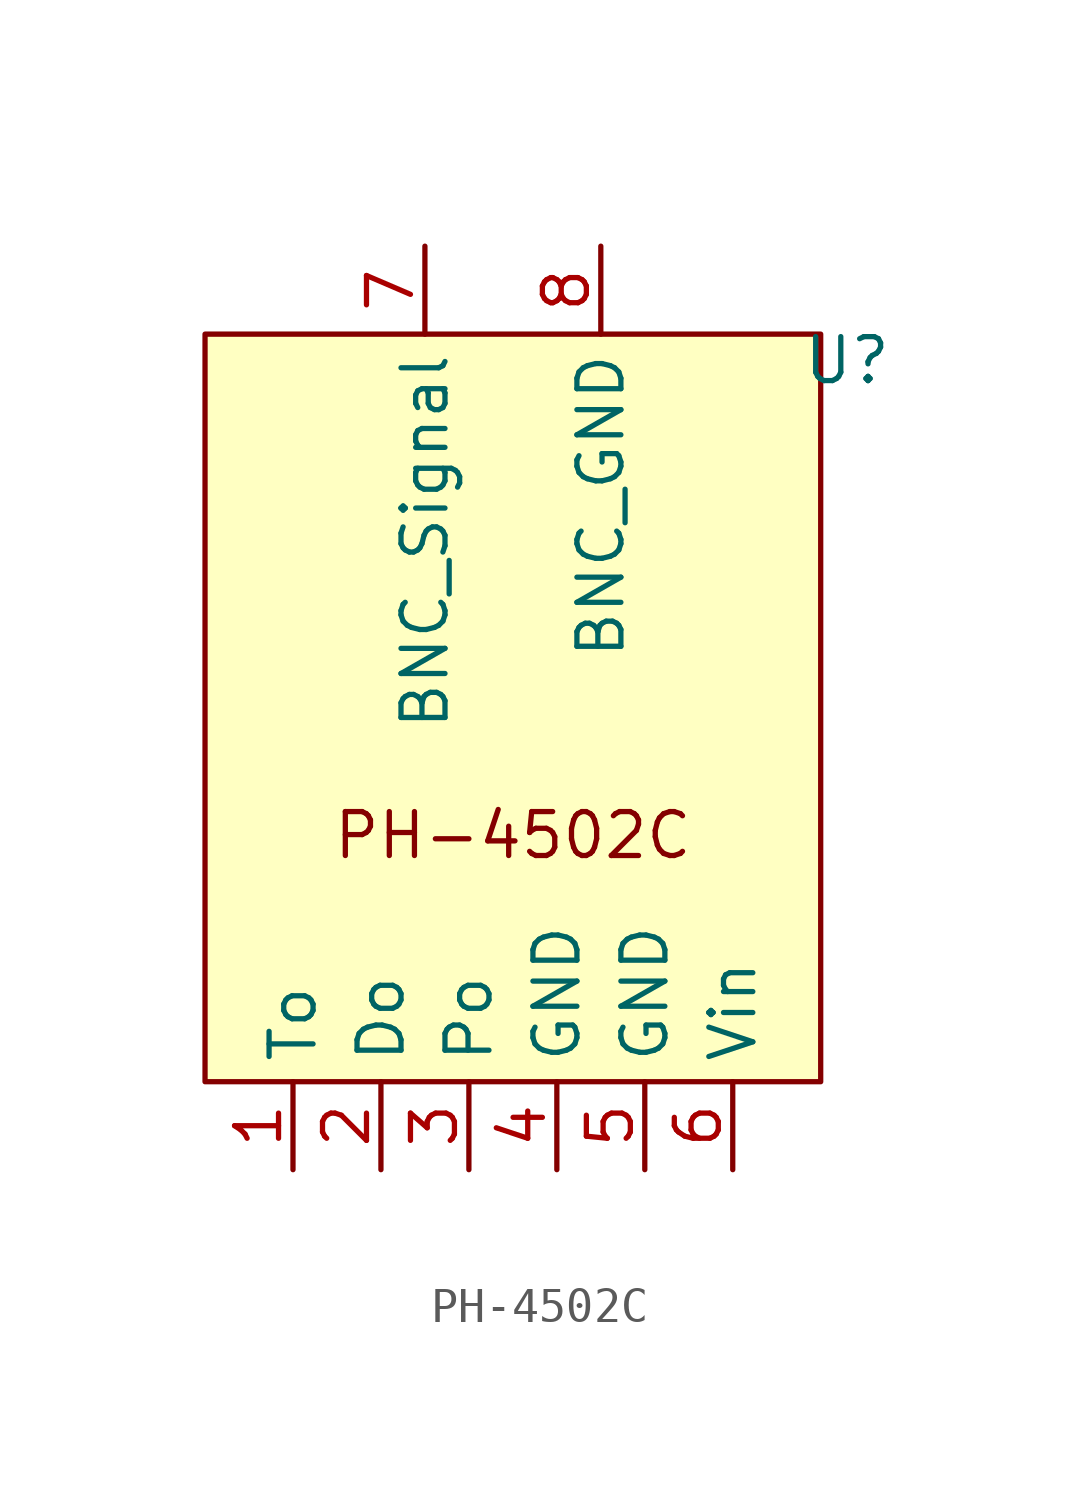
<source format=kicad_sym>
(kicad_symbol_lib
  (version 20231120)
  (generator "kicad_symbol_editor")
  (generator_version "8.0")
  (symbol "PH-4502C"
    (property "Reference" "U"
      (at 9.652 20.828 0)
      (effects (font (size 1.27 1.27))))
    (property "Value" ""
      (at 0 0 0)
      (effects (font (size 1.27 1.27))))
    (symbol "PH-4502C_0_1"
      (rectangle (start -8.89 21.59) (end 8.89 0) (stroke (width 0) (type default)) (fill (type background))))
    (symbol "PH-4502C_1_1"
      (text "PH-4502C" (at 0 7.112 0) (effects (font (size 1.27 1.27))))
      (pin output line (at -6.35 -2.54 90) (length 2.54) (name "To" (effects (font (size 1.27 1.27)))) (number "1" (effects (font (size 1.27 1.27)))))
      (pin power_out line (at -3.81 -2.54 90) (length 2.54) (name "Do" (effects (font (size 1.27 1.27)))) (number "2" (effects (font (size 1.27 1.27)))))
      (pin output line (at -1.27 -2.54 90) (length 2.54) (name "Po" (effects (font (size 1.27 1.27)))) (number "3" (effects (font (size 1.27 1.27)))))
      (pin power_in line (at 1.27 -2.54 90) (length 2.54) (name "GND" (effects (font (size 1.27 1.27)))) (number "4" (effects (font (size 1.27 1.27)))))
      (pin power_in line (at 3.81 -2.54 90) (length 2.54) (name "GND" (effects (font (size 1.27 1.27)))) (number "5" (effects (font (size 1.27 1.27)))))
      (pin power_in line (at 6.35 -2.54 90) (length 2.54) (name "Vin" (effects (font (size 1.27 1.27)))) (number "6" (effects (font (size 1.27 1.27)))))
      (pin input line (at -2.54 24.13 270) (length 2.54) (name "BNC_Signal" (effects (font (size 1.27 1.27)))) (number "7" (effects (font (size 1.27 1.27)))))
      (pin power_in line (at 2.54 24.13 270) (length 2.54) (name "BNC_GND" (effects (font (size 1.27 1.27)))) (number "8" (effects (font (size 1.27 1.27))))))))
</source>
